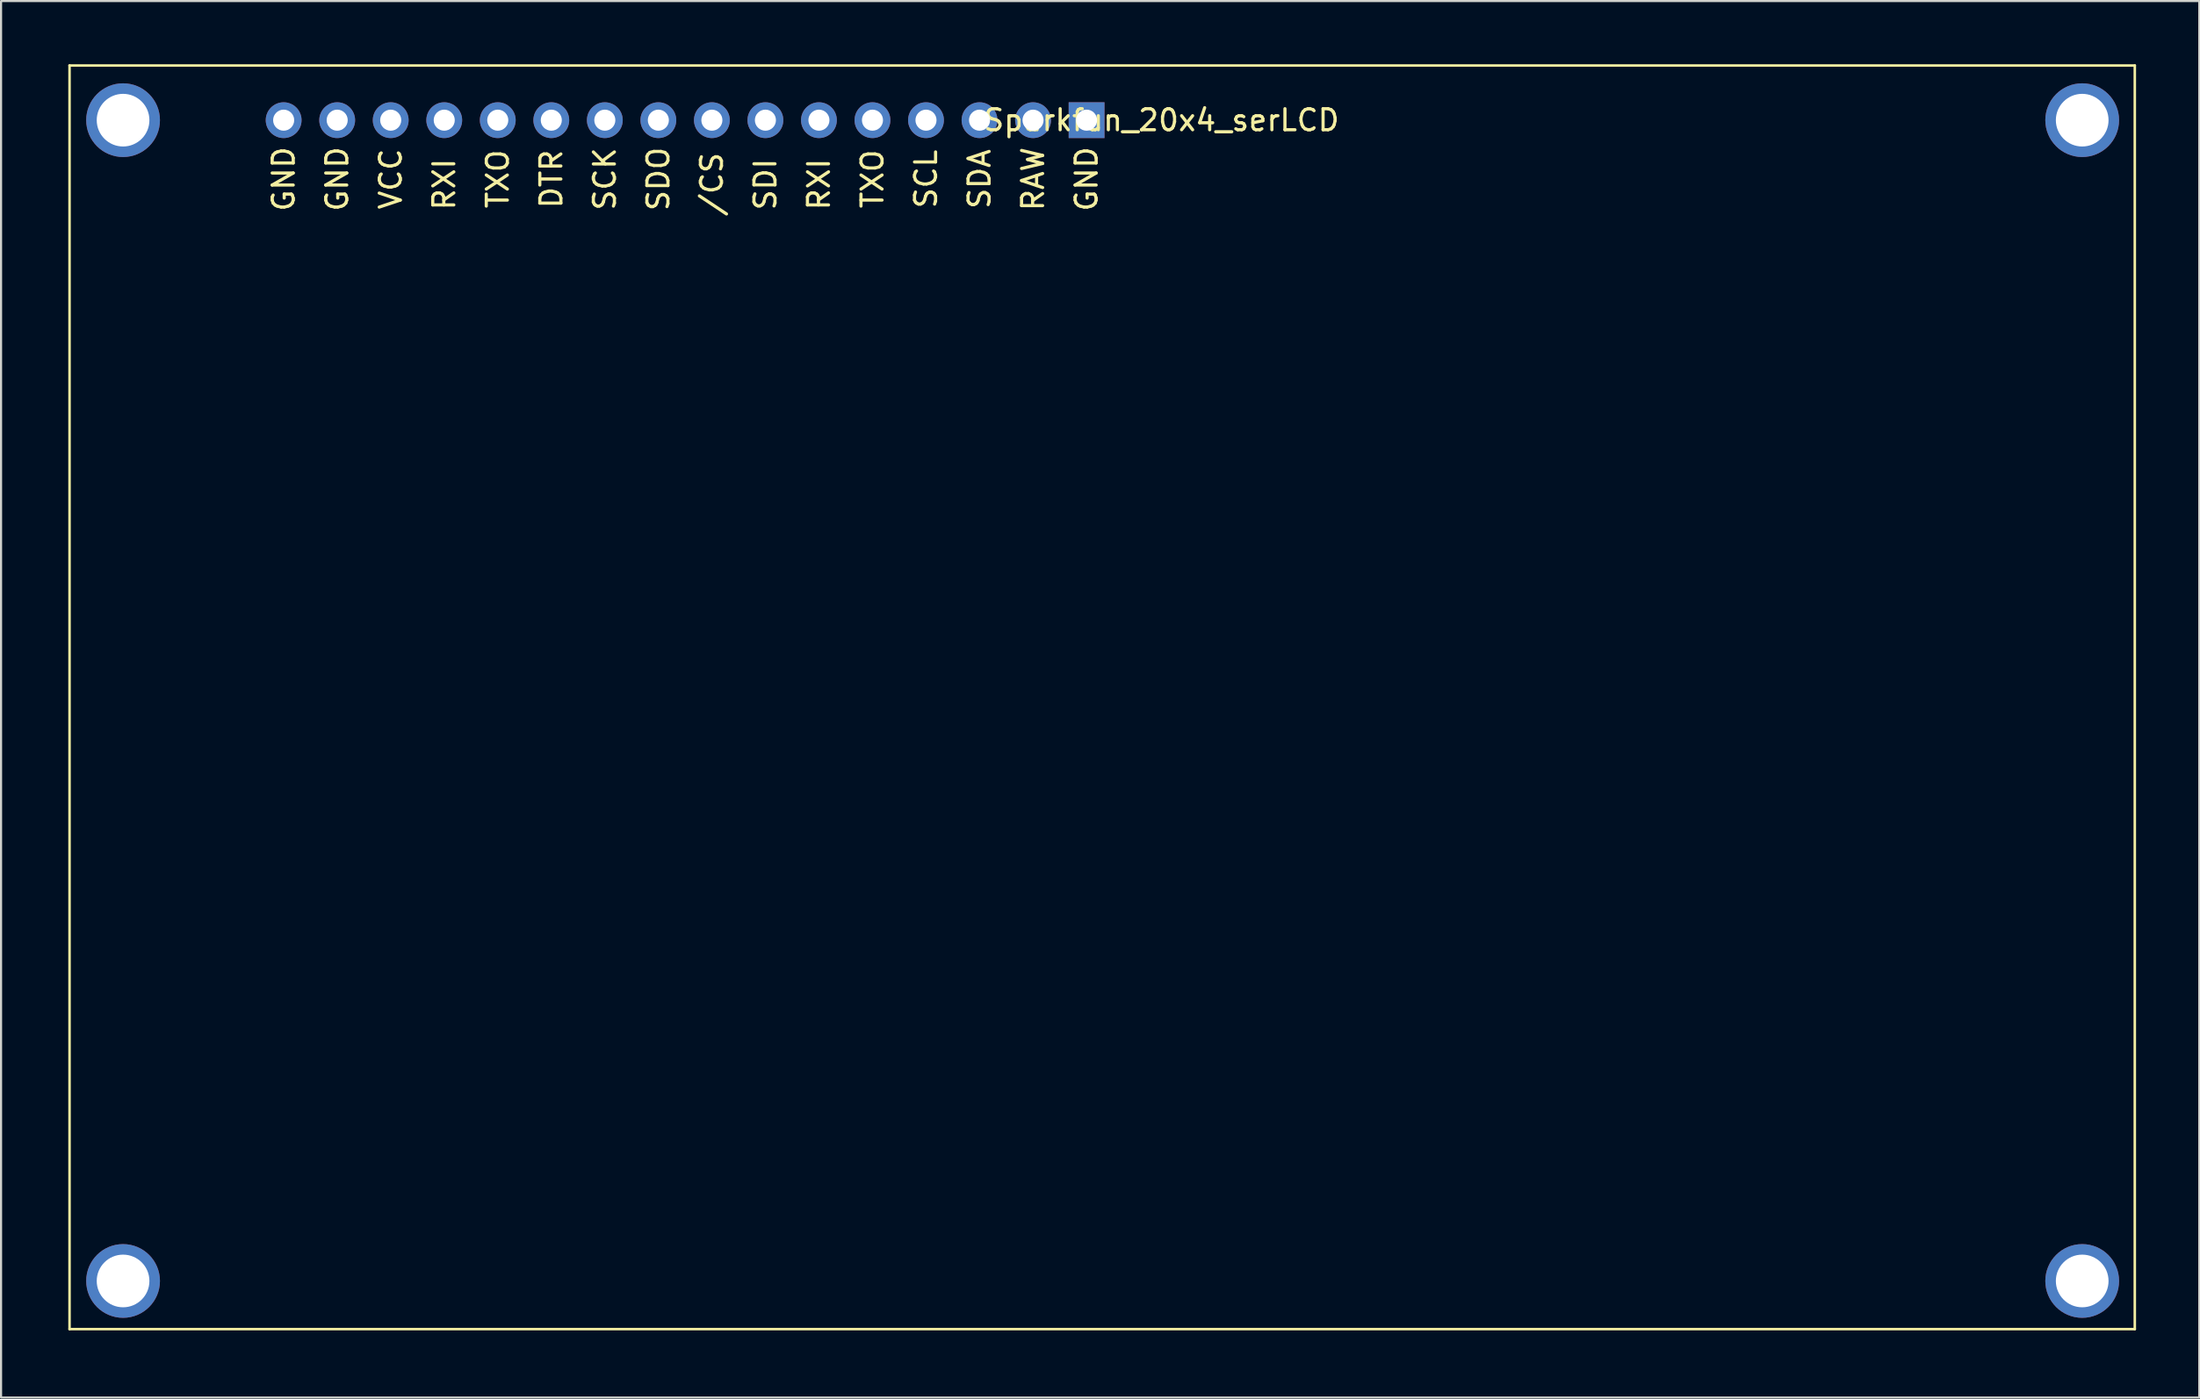
<source format=kicad_pcb>
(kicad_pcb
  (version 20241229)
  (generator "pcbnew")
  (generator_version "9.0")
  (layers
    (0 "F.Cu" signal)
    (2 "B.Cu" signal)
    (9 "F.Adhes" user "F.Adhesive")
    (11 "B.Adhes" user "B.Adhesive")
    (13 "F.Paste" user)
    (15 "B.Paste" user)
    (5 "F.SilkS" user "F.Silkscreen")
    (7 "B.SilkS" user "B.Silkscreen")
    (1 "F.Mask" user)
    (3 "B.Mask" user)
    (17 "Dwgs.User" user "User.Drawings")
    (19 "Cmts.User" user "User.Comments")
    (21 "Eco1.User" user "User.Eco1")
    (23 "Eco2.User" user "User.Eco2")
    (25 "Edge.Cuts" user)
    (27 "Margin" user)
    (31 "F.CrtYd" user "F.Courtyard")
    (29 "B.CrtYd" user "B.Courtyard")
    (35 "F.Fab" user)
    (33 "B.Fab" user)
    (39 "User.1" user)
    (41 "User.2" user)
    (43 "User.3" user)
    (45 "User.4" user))
  (footprint "Sparkfun_20x4_serLCD"
    (layer "F.Cu")
    (at 0.25 60.06)
    (property "Reference" "Sparkfun_20x4_serLCD" (at 51.816 -57.404 0) (layer "F.SilkS") (effects (font (size 1 1) (thickness 0.15))))
    (attr through_hole)
    (fp_line (start 0 -60) (end 0 0) (stroke (width 0.12) (type solid)) (layer "F.SilkS"))
    (fp_line (start 0 -60) (end 98 -60) (stroke (width 0.12) (type solid)) (layer "F.SilkS"))
    (fp_line (start 0 0) (end 98 0) (stroke (width 0.12) (type solid)) (layer "F.SilkS"))
    (fp_line (start 98 -60) (end 98 0) (stroke (width 0.12) (type solid)) (layer "F.SilkS"))
    (fp_text user "SCK" (at 25.4 -54.61 90) (layer "F.SilkS") (effects (font (size 1 1) (thickness 0.15))))
    (fp_text user "GND" (at 10.16 -54.61 90) (layer "F.SilkS") (effects (font (size 1 1) (thickness 0.15))))
    (fp_text user "RXI" (at 17.78 -54.356 90) (layer "F.SilkS") (effects (font (size 1 1) (thickness 0.15))))
    (fp_text user "TXO" (at 38.1 -54.61 90) (layer "F.SilkS") (effects (font (size 1 1) (thickness 0.15))))
    (fp_text user "RXI" (at 35.56 -54.356 90) (layer "F.SilkS") (effects (font (size 1 1) (thickness 0.15))))
    (fp_text user "/CS" (at 30.48 -54.356 270) (layer "F.SilkS") (effects (font (size 1 1) (thickness 0.15))))
    (fp_text user "RAW" (at 45.72 -54.61 90) (layer "F.SilkS") (effects (font (size 1 1) (thickness 0.15))))
    (fp_text user "GND" (at 12.7 -54.61 90) (layer "F.SilkS") (effects (font (size 1 1) (thickness 0.15))))
    (fp_text user "SCL" (at 40.64 -54.61 90) (layer "F.SilkS") (effects (font (size 1 1) (thickness 0.15))))
    (fp_text user "DTR" (at 22.86 -54.61 90) (layer "F.SilkS") (effects (font (size 1 1) (thickness 0.15))))
    (fp_text user "VCC" (at 15.24 -54.61 90) (layer "F.SilkS") (effects (font (size 1 1) (thickness 0.15))))
    (fp_text user "SDI" (at 33.02 -54.356 90) (layer "F.SilkS") (effects (font (size 1 1) (thickness 0.15))))
    (fp_text user "GND" (at 48.26 -54.61 90) (layer "F.SilkS") (effects (font (size 1 1) (thickness 0.15))))
    (fp_text user "SDO" (at 27.94 -54.61 90) (layer "F.SilkS") (effects (font (size 1 1) (thickness 0.15))))
    (fp_text user "TXO" (at 20.32 -54.61 90) (layer "F.SilkS") (effects (font (size 1 1) (thickness 0.15))))
    (fp_text user "SDA" (at 43.18 -54.61 90) (layer "F.SilkS") (effects (font (size 1 1) (thickness 0.15))))
    (pad "" np_thru_hole circle (at 2.54 -57.404) (size 3.5 3.5) (drill 2.5) (layers "*.Cu" "*.Mask"))
    (pad "" np_thru_hole circle (at 2.54 -2.286) (size 3.5 3.5) (drill 2.5) (layers "*.Cu" "*.Mask"))
    (pad "" np_thru_hole circle (at 95.504 -57.404) (size 3.5 3.5) (drill 2.5) (layers "*.Cu" "*.Mask"))
    (pad "" np_thru_hole circle (at 95.504 -2.286) (size 3.5 3.5) (drill 2.5) (layers "*.Cu" "*.Mask"))
    (pad "1" thru_hole rect (at 48.26 -57.404) (size 1.7 1.7) (drill 1) (layers "*.Cu" "*.Mask"))
    (pad "2" thru_hole circle (at 45.72 -57.404) (size 1.7 1.7) (drill 1) (layers "*.Cu" "*.Mask"))
    (pad "3" thru_hole circle (at 43.18 -57.404) (size 1.7 1.7) (drill 1) (layers "*.Cu" "*.Mask"))
    (pad "4" thru_hole circle (at 40.64 -57.404) (size 1.7 1.7) (drill 1) (layers "*.Cu" "*.Mask"))
    (pad "5" thru_hole circle (at 38.1 -57.404) (size 1.7 1.7) (drill 1) (layers "*.Cu" "*.Mask"))
    (pad "6" thru_hole circle (at 35.56 -57.404) (size 1.7 1.7) (drill 1) (layers "*.Cu" "*.Mask"))
    (pad "7" thru_hole circle (at 33.02 -57.404) (size 1.7 1.7) (drill 1) (layers "*.Cu" "*.Mask"))
    (pad "8" thru_hole circle (at 30.48 -57.404) (size 1.7 1.7) (drill 1) (layers "*.Cu" "*.Mask"))
    (pad "9" thru_hole circle (at 27.94 -57.404) (size 1.7 1.7) (drill 1) (layers "*.Cu" "*.Mask"))
    (pad "10" thru_hole circle (at 25.4 -57.404) (size 1.7 1.7) (drill 1) (layers "*.Cu" "*.Mask"))
    (pad "11" thru_hole circle (at 22.86 -57.404) (size 1.7 1.7) (drill 1) (layers "*.Cu" "*.Mask"))
    (pad "12" thru_hole circle (at 20.32 -57.404) (size 1.7 1.7) (drill 1) (layers "*.Cu" "*.Mask"))
    (pad "13" thru_hole circle (at 17.78 -57.404) (size 1.7 1.7) (drill 1) (layers "*.Cu" "*.Mask"))
    (pad "14" thru_hole circle (at 15.24 -57.404) (size 1.7 1.7) (drill 1) (layers "*.Cu" "*.Mask"))
    (pad "15" thru_hole circle (at 12.7 -57.404) (size 1.7 1.7) (drill 1) (layers "*.Cu" "*.Mask"))
    (pad "16" thru_hole circle (at 10.16 -57.404) (size 1.7 1.7) (drill 1) (layers "*.Cu" "*.Mask" "B.Paste")))
  (gr_rect
    (start -3 -3)
    (end 101.31 63.31)
    (stroke (width 0.1) (type default))
    (fill no)
    (layer "Edge.Cuts")))
</source>
